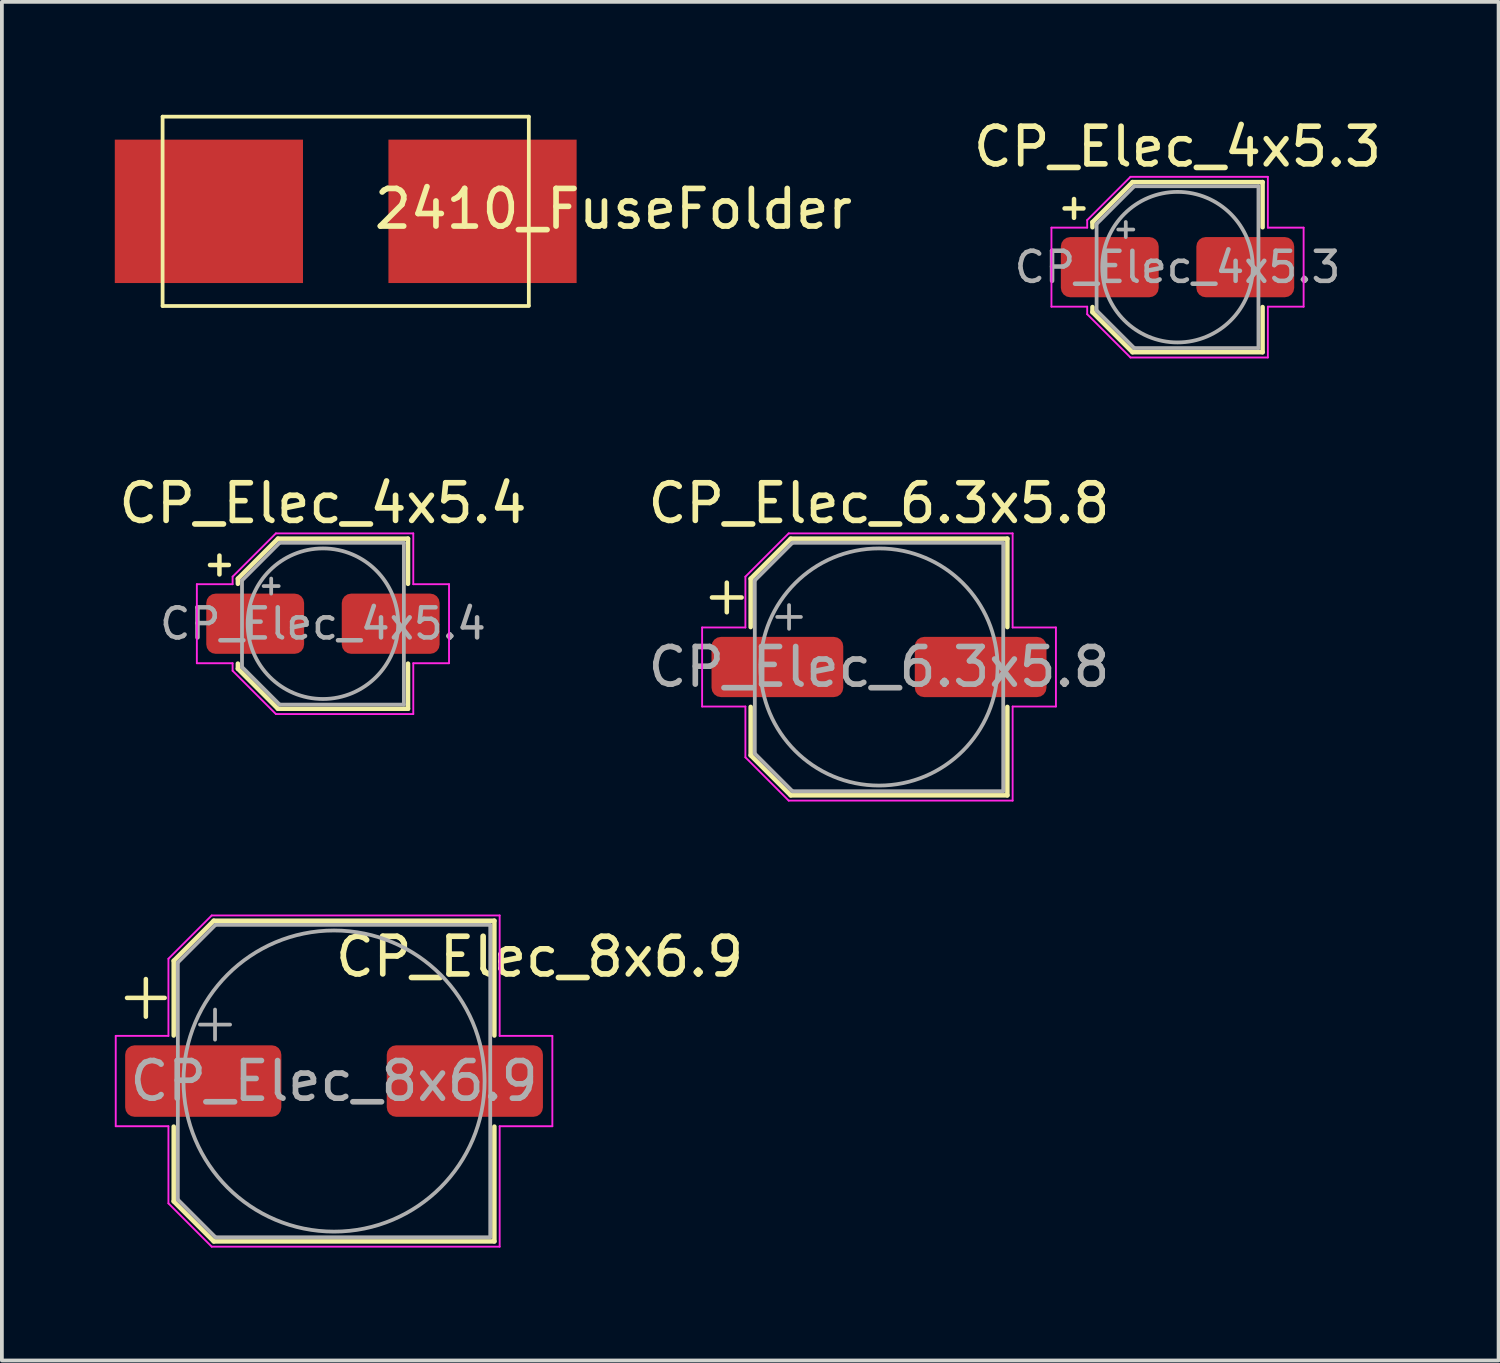
<source format=kicad_pcb>
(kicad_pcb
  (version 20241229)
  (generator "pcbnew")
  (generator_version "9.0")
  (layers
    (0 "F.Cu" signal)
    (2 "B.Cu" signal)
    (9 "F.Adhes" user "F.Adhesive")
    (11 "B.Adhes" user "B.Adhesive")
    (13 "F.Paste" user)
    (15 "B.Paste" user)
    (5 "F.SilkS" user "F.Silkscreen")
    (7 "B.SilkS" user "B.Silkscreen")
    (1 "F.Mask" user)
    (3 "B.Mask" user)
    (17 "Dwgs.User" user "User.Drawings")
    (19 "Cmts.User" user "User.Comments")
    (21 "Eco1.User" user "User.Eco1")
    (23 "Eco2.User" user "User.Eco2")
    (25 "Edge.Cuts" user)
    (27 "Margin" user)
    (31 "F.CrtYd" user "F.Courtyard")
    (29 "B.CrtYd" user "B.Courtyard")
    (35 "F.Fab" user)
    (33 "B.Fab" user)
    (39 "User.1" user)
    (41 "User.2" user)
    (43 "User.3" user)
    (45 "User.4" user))
  (footprint "2410_FuseFolder"
    (layer "F.Cu")
    (at 6.135 2.565)
    (property "Reference" "2410_FuseFolder" (at 7.112 -0.064 0) (layer "F.SilkS") (effects (font (size 1 1) (thickness 0.15))))
    (attr smd)
    (fp_line (start -4.865 -2.515) (end -4.865 2.515) (stroke (width 0.1) (type solid)) (layer "F.SilkS"))
    (fp_line (start -4.865 -2.515) (end 4.865 -2.515) (stroke (width 0.1) (type solid)) (layer "F.SilkS"))
    (fp_line (start -4.865 2.515) (end 4.865 2.515) (stroke (width 0.1) (type solid)) (layer "F.SilkS"))
    (fp_line (start 4.865 -2.515) (end 4.865 2.5) (stroke (width 0.1) (type solid)) (layer "F.SilkS"))
    (pad "1" smd rect (at -3.635 0) (size 5 3.81) (layers "F.Cu" "F.Mask" "F.Paste"))
    (pad "2" smd rect (at 3.635 0) (size 5 3.81) (layers "F.Cu" "F.Mask" "F.Paste")))
  (footprint "CP_Elec_4x5.3"
    (layer "F.Cu")
    (at 28.235 4.048)
    (property "Reference" "CP_Elec_4x5.3" (at 0 -3.2 180) (layer "F.SilkS") (effects (font (size 1 1) (thickness 0.15))))
    (attr smd)
    (fp_line (start -3 -1.56) (end -2.5 -1.56) (stroke (width 0.12) (type solid)) (layer "F.SilkS"))
    (fp_line (start -2.75 -1.81) (end -2.75 -1.31) (stroke (width 0.12) (type solid)) (layer "F.SilkS"))
    (fp_line (start -2.26 -1.196) (end -2.26 -1.06) (stroke (width 0.12) (type solid)) (layer "F.SilkS"))
    (fp_line (start -2.26 -1.196) (end -1.196 -2.26) (stroke (width 0.12) (type solid)) (layer "F.SilkS"))
    (fp_line (start -2.26 1.196) (end -2.26 1.06) (stroke (width 0.12) (type solid)) (layer "F.SilkS"))
    (fp_line (start -2.26 1.196) (end -1.196 2.26) (stroke (width 0.12) (type solid)) (layer "F.SilkS"))
    (fp_line (start -1.196 -2.26) (end 2.26 -2.26) (stroke (width 0.12) (type solid)) (layer "F.SilkS"))
    (fp_line (start -1.196 2.26) (end 2.26 2.26) (stroke (width 0.12) (type solid)) (layer "F.SilkS"))
    (fp_line (start 2.26 -2.26) (end 2.26 -1.06) (stroke (width 0.12) (type solid)) (layer "F.SilkS"))
    (fp_line (start 2.26 2.26) (end 2.26 1.06) (stroke (width 0.12) (type solid)) (layer "F.SilkS"))
    (fp_line (start -3.35 -1.05) (end -3.35 1.05) (stroke (width 0.05) (type solid)) (layer "F.CrtYd"))
    (fp_line (start -3.35 1.05) (end -2.4 1.05) (stroke (width 0.05) (type solid)) (layer "F.CrtYd"))
    (fp_line (start -2.4 -1.25) (end -2.4 -1.05) (stroke (width 0.05) (type solid)) (layer "F.CrtYd"))
    (fp_line (start -2.4 -1.25) (end -1.25 -2.4) (stroke (width 0.05) (type solid)) (layer "F.CrtYd"))
    (fp_line (start -2.4 -1.05) (end -3.35 -1.05) (stroke (width 0.05) (type solid)) (layer "F.CrtYd"))
    (fp_line (start -2.4 1.05) (end -2.4 1.25) (stroke (width 0.05) (type solid)) (layer "F.CrtYd"))
    (fp_line (start -2.4 1.25) (end -1.25 2.4) (stroke (width 0.05) (type solid)) (layer "F.CrtYd"))
    (fp_line (start -1.25 -2.4) (end 2.4 -2.4) (stroke (width 0.05) (type solid)) (layer "F.CrtYd"))
    (fp_line (start -1.25 2.4) (end 2.4 2.4) (stroke (width 0.05) (type solid)) (layer "F.CrtYd"))
    (fp_line (start 2.4 -2.4) (end 2.4 -1.05) (stroke (width 0.05) (type solid)) (layer "F.CrtYd"))
    (fp_line (start 2.4 -1.05) (end 3.35 -1.05) (stroke (width 0.05) (type solid)) (layer "F.CrtYd"))
    (fp_line (start 2.4 1.05) (end 2.4 2.4) (stroke (width 0.05) (type solid)) (layer "F.CrtYd"))
    (fp_line (start 3.35 -1.05) (end 3.35 1.05) (stroke (width 0.05) (type solid)) (layer "F.CrtYd"))
    (fp_line (start 3.35 1.05) (end 2.4 1.05) (stroke (width 0.05) (type solid)) (layer "F.CrtYd"))
    (fp_line (start -2.15 -1.15) (end -2.15 1.15) (stroke (width 0.1) (type solid)) (layer "F.Fab"))
    (fp_line (start -2.15 -1.15) (end -1.15 -2.15) (stroke (width 0.1) (type solid)) (layer "F.Fab"))
    (fp_line (start -2.15 1.15) (end -1.15 2.15) (stroke (width 0.1) (type solid)) (layer "F.Fab"))
    (fp_line (start -1.575 -1) (end -1.175 -1) (stroke (width 0.1) (type solid)) (layer "F.Fab"))
    (fp_line (start -1.375 -1.2) (end -1.375 -0.8) (stroke (width 0.1) (type solid)) (layer "F.Fab"))
    (fp_line (start -1.15 -2.15) (end 2.15 -2.15) (stroke (width 0.1) (type solid)) (layer "F.Fab"))
    (fp_line (start -1.15 2.15) (end 2.15 2.15) (stroke (width 0.1) (type solid)) (layer "F.Fab"))
    (fp_line (start 2.15 -2.15) (end 2.15 2.15) (stroke (width 0.1) (type solid)) (layer "F.Fab"))
    (fp_circle (center 0 0) (end 2 0) (stroke (width 0.1) (type solid)) (fill no) (layer "F.Fab"))
    (fp_text user "${REFERENCE}" (at 0 0 180) (layer "F.Fab") (effects (font (size 0.8 0.8) (thickness 0.12))))
    (pad "1" smd roundrect (at -1.8 0) (size 2.6 1.6) (layers "F.Cu" "F.Mask" "F.Paste") (roundrect_rratio 0.156))
    (pad "2" smd roundrect (at 1.8 0) (size 2.6 1.6) (layers "F.Cu" "F.Mask" "F.Paste") (roundrect_rratio 0.156)))
  (footprint "CP_Elec_8x6.9"
    (layer "F.Cu")
    (at 5.825 25.672)
    (property "Reference" "CP_Elec_8x6.9" (at 5.461 -3.302 180) (layer "F.SilkS") (effects (font (size 1 1) (thickness 0.15))))
    (attr smd)
    (fp_line (start -5.5 -2.21) (end -4.5 -2.21) (stroke (width 0.12) (type solid)) (layer "F.SilkS"))
    (fp_line (start -5 -2.71) (end -5 -1.71) (stroke (width 0.12) (type solid)) (layer "F.SilkS"))
    (fp_line (start -4.26 -3.196) (end -4.26 -1.21) (stroke (width 0.12) (type solid)) (layer "F.SilkS"))
    (fp_line (start -4.26 -3.196) (end -3.196 -4.26) (stroke (width 0.12) (type solid)) (layer "F.SilkS"))
    (fp_line (start -4.26 3.196) (end -4.26 1.21) (stroke (width 0.12) (type solid)) (layer "F.SilkS"))
    (fp_line (start -4.26 3.196) (end -3.196 4.26) (stroke (width 0.12) (type solid)) (layer "F.SilkS"))
    (fp_line (start -3.196 -4.26) (end 4.26 -4.26) (stroke (width 0.12) (type solid)) (layer "F.SilkS"))
    (fp_line (start -3.196 4.26) (end 4.26 4.26) (stroke (width 0.12) (type solid)) (layer "F.SilkS"))
    (fp_line (start 4.26 -4.26) (end 4.26 -1.21) (stroke (width 0.12) (type solid)) (layer "F.SilkS"))
    (fp_line (start 4.26 4.26) (end 4.26 1.21) (stroke (width 0.12) (type solid)) (layer "F.SilkS"))
    (fp_line (start -5.8 -1.2) (end -5.8 1.2) (stroke (width 0.05) (type solid)) (layer "F.CrtYd"))
    (fp_line (start -5.8 1.2) (end -4.4 1.2) (stroke (width 0.05) (type solid)) (layer "F.CrtYd"))
    (fp_line (start -4.4 -3.25) (end -4.4 -1.2) (stroke (width 0.05) (type solid)) (layer "F.CrtYd"))
    (fp_line (start -4.4 -3.25) (end -3.25 -4.4) (stroke (width 0.05) (type solid)) (layer "F.CrtYd"))
    (fp_line (start -4.4 -1.2) (end -5.8 -1.2) (stroke (width 0.05) (type solid)) (layer "F.CrtYd"))
    (fp_line (start -4.4 1.2) (end -4.4 3.25) (stroke (width 0.05) (type solid)) (layer "F.CrtYd"))
    (fp_line (start -4.4 3.25) (end -3.25 4.4) (stroke (width 0.05) (type solid)) (layer "F.CrtYd"))
    (fp_line (start -3.25 -4.4) (end 4.4 -4.4) (stroke (width 0.05) (type solid)) (layer "F.CrtYd"))
    (fp_line (start -3.25 4.4) (end 4.4 4.4) (stroke (width 0.05) (type solid)) (layer "F.CrtYd"))
    (fp_line (start 4.4 -4.4) (end 4.4 -1.2) (stroke (width 0.05) (type solid)) (layer "F.CrtYd"))
    (fp_line (start 4.4 -1.2) (end 5.8 -1.2) (stroke (width 0.05) (type solid)) (layer "F.CrtYd"))
    (fp_line (start 4.4 1.2) (end 4.4 4.4) (stroke (width 0.05) (type solid)) (layer "F.CrtYd"))
    (fp_line (start 5.8 -1.2) (end 5.8 1.2) (stroke (width 0.05) (type solid)) (layer "F.CrtYd"))
    (fp_line (start 5.8 1.2) (end 4.4 1.2) (stroke (width 0.05) (type solid)) (layer "F.CrtYd"))
    (fp_line (start -4.15 -3.15) (end -4.15 3.15) (stroke (width 0.1) (type solid)) (layer "F.Fab"))
    (fp_line (start -4.15 -3.15) (end -3.15 -4.15) (stroke (width 0.1) (type solid)) (layer "F.Fab"))
    (fp_line (start -4.15 3.15) (end -3.15 4.15) (stroke (width 0.1) (type solid)) (layer "F.Fab"))
    (fp_line (start -3.562 -1.5) (end -2.762 -1.5) (stroke (width 0.1) (type solid)) (layer "F.Fab"))
    (fp_line (start -3.162 -1.9) (end -3.162 -1.1) (stroke (width 0.1) (type solid)) (layer "F.Fab"))
    (fp_line (start -3.15 -4.15) (end 4.15 -4.15) (stroke (width 0.1) (type solid)) (layer "F.Fab"))
    (fp_line (start -3.15 4.15) (end 4.15 4.15) (stroke (width 0.1) (type solid)) (layer "F.Fab"))
    (fp_line (start 4.15 -4.15) (end 4.15 4.15) (stroke (width 0.1) (type solid)) (layer "F.Fab"))
    (fp_circle (center 0 0) (end 4 0) (stroke (width 0.1) (type solid)) (fill no) (layer "F.Fab"))
    (fp_text user "${REFERENCE}" (at 0 0 180) (layer "F.Fab") (effects (font (size 1 1) (thickness 0.15))))
    (pad "1" smd roundrect (at -3.475 0) (size 4.15 1.9) (layers "F.Cu" "F.Mask" "F.Paste") (roundrect_rratio 0.132))
    (pad "2" smd roundrect (at 3.475 0) (size 4.15 1.9) (layers "F.Cu" "F.Mask" "F.Paste") (roundrect_rratio 0.132)))
  (footprint "CP_Elec_4x5.4"
    (layer "F.Cu")
    (at 5.53 13.521)
    (property "Reference" "CP_Elec_4x5.4" (at 0 -3.2 180) (layer "F.SilkS") (effects (font (size 1 1) (thickness 0.15))))
    (attr smd)
    (fp_line (start -3 -1.56) (end -2.5 -1.56) (stroke (width 0.12) (type solid)) (layer "F.SilkS"))
    (fp_line (start -2.75 -1.81) (end -2.75 -1.31) (stroke (width 0.12) (type solid)) (layer "F.SilkS"))
    (fp_line (start -2.26 -1.196) (end -2.26 -1.06) (stroke (width 0.12) (type solid)) (layer "F.SilkS"))
    (fp_line (start -2.26 -1.196) (end -1.196 -2.26) (stroke (width 0.12) (type solid)) (layer "F.SilkS"))
    (fp_line (start -2.26 1.196) (end -2.26 1.06) (stroke (width 0.12) (type solid)) (layer "F.SilkS"))
    (fp_line (start -2.26 1.196) (end -1.196 2.26) (stroke (width 0.12) (type solid)) (layer "F.SilkS"))
    (fp_line (start -1.196 -2.26) (end 2.26 -2.26) (stroke (width 0.12) (type solid)) (layer "F.SilkS"))
    (fp_line (start -1.196 2.26) (end 2.26 2.26) (stroke (width 0.12) (type solid)) (layer "F.SilkS"))
    (fp_line (start 2.26 -2.26) (end 2.26 -1.06) (stroke (width 0.12) (type solid)) (layer "F.SilkS"))
    (fp_line (start 2.26 2.26) (end 2.26 1.06) (stroke (width 0.12) (type solid)) (layer "F.SilkS"))
    (fp_line (start -3.35 -1.05) (end -3.35 1.05) (stroke (width 0.05) (type solid)) (layer "F.CrtYd"))
    (fp_line (start -3.35 1.05) (end -2.4 1.05) (stroke (width 0.05) (type solid)) (layer "F.CrtYd"))
    (fp_line (start -2.4 -1.25) (end -2.4 -1.05) (stroke (width 0.05) (type solid)) (layer "F.CrtYd"))
    (fp_line (start -2.4 -1.25) (end -1.25 -2.4) (stroke (width 0.05) (type solid)) (layer "F.CrtYd"))
    (fp_line (start -2.4 -1.05) (end -3.35 -1.05) (stroke (width 0.05) (type solid)) (layer "F.CrtYd"))
    (fp_line (start -2.4 1.05) (end -2.4 1.25) (stroke (width 0.05) (type solid)) (layer "F.CrtYd"))
    (fp_line (start -2.4 1.25) (end -1.25 2.4) (stroke (width 0.05) (type solid)) (layer "F.CrtYd"))
    (fp_line (start -1.25 -2.4) (end 2.4 -2.4) (stroke (width 0.05) (type solid)) (layer "F.CrtYd"))
    (fp_line (start -1.25 2.4) (end 2.4 2.4) (stroke (width 0.05) (type solid)) (layer "F.CrtYd"))
    (fp_line (start 2.4 -2.4) (end 2.4 -1.05) (stroke (width 0.05) (type solid)) (layer "F.CrtYd"))
    (fp_line (start 2.4 -1.05) (end 3.35 -1.05) (stroke (width 0.05) (type solid)) (layer "F.CrtYd"))
    (fp_line (start 2.4 1.05) (end 2.4 2.4) (stroke (width 0.05) (type solid)) (layer "F.CrtYd"))
    (fp_line (start 3.35 -1.05) (end 3.35 1.05) (stroke (width 0.05) (type solid)) (layer "F.CrtYd"))
    (fp_line (start 3.35 1.05) (end 2.4 1.05) (stroke (width 0.05) (type solid)) (layer "F.CrtYd"))
    (fp_line (start -2.15 -1.15) (end -2.15 1.15) (stroke (width 0.1) (type solid)) (layer "F.Fab"))
    (fp_line (start -2.15 -1.15) (end -1.15 -2.15) (stroke (width 0.1) (type solid)) (layer "F.Fab"))
    (fp_line (start -2.15 1.15) (end -1.15 2.15) (stroke (width 0.1) (type solid)) (layer "F.Fab"))
    (fp_line (start -1.575 -1) (end -1.175 -1) (stroke (width 0.1) (type solid)) (layer "F.Fab"))
    (fp_line (start -1.375 -1.2) (end -1.375 -0.8) (stroke (width 0.1) (type solid)) (layer "F.Fab"))
    (fp_line (start -1.15 -2.15) (end 2.15 -2.15) (stroke (width 0.1) (type solid)) (layer "F.Fab"))
    (fp_line (start -1.15 2.15) (end 2.15 2.15) (stroke (width 0.1) (type solid)) (layer "F.Fab"))
    (fp_line (start 2.15 -2.15) (end 2.15 2.15) (stroke (width 0.1) (type solid)) (layer "F.Fab"))
    (fp_circle (center 0 0) (end 2 0) (stroke (width 0.1) (type solid)) (fill no) (layer "F.Fab"))
    (fp_text user "${REFERENCE}" (at 0 0 180) (layer "F.Fab") (effects (font (size 0.8 0.8) (thickness 0.12))))
    (pad "1" smd roundrect (at -1.8 0) (size 2.6 1.6) (layers "F.Cu" "F.Mask" "F.Paste") (roundrect_rratio 0.156))
    (pad "2" smd roundrect (at 1.8 0) (size 2.6 1.6) (layers "F.Cu" "F.Mask" "F.Paste") (roundrect_rratio 0.156)))
  (footprint "CP_Elec_6.3x5.8"
    (layer "F.Cu")
    (at 20.304 14.671)
    (property "Reference" "CP_Elec_6.3x5.8" (at 0 -4.35 180) (layer "F.SilkS") (effects (font (size 1 1) (thickness 0.15))))
    (attr smd)
    (fp_line (start -4.438 -1.847) (end -3.65 -1.847) (stroke (width 0.12) (type solid)) (layer "F.SilkS"))
    (fp_line (start -4.044 -2.241) (end -4.044 -1.454) (stroke (width 0.12) (type solid)) (layer "F.SilkS"))
    (fp_line (start -3.41 -2.346) (end -3.41 -1.06) (stroke (width 0.12) (type solid)) (layer "F.SilkS"))
    (fp_line (start -3.41 -2.346) (end -2.346 -3.41) (stroke (width 0.12) (type solid)) (layer "F.SilkS"))
    (fp_line (start -3.41 2.346) (end -3.41 1.06) (stroke (width 0.12) (type solid)) (layer "F.SilkS"))
    (fp_line (start -3.41 2.346) (end -2.346 3.41) (stroke (width 0.12) (type solid)) (layer "F.SilkS"))
    (fp_line (start -2.346 -3.41) (end 3.41 -3.41) (stroke (width 0.12) (type solid)) (layer "F.SilkS"))
    (fp_line (start -2.346 3.41) (end 3.41 3.41) (stroke (width 0.12) (type solid)) (layer "F.SilkS"))
    (fp_line (start 3.41 -3.41) (end 3.41 -1.06) (stroke (width 0.12) (type solid)) (layer "F.SilkS"))
    (fp_line (start 3.41 3.41) (end 3.41 1.06) (stroke (width 0.12) (type solid)) (layer "F.SilkS"))
    (fp_line (start -4.7 -1.05) (end -4.7 1.05) (stroke (width 0.05) (type solid)) (layer "F.CrtYd"))
    (fp_line (start -4.7 1.05) (end -3.55 1.05) (stroke (width 0.05) (type solid)) (layer "F.CrtYd"))
    (fp_line (start -3.55 -2.4) (end -3.55 -1.05) (stroke (width 0.05) (type solid)) (layer "F.CrtYd"))
    (fp_line (start -3.55 -2.4) (end -2.4 -3.55) (stroke (width 0.05) (type solid)) (layer "F.CrtYd"))
    (fp_line (start -3.55 -1.05) (end -4.7 -1.05) (stroke (width 0.05) (type solid)) (layer "F.CrtYd"))
    (fp_line (start -3.55 1.05) (end -3.55 2.4) (stroke (width 0.05) (type solid)) (layer "F.CrtYd"))
    (fp_line (start -3.55 2.4) (end -2.4 3.55) (stroke (width 0.05) (type solid)) (layer "F.CrtYd"))
    (fp_line (start -2.4 -3.55) (end 3.55 -3.55) (stroke (width 0.05) (type solid)) (layer "F.CrtYd"))
    (fp_line (start -2.4 3.55) (end 3.55 3.55) (stroke (width 0.05) (type solid)) (layer "F.CrtYd"))
    (fp_line (start 3.55 -3.55) (end 3.55 -1.05) (stroke (width 0.05) (type solid)) (layer "F.CrtYd"))
    (fp_line (start 3.55 -1.05) (end 4.7 -1.05) (stroke (width 0.05) (type solid)) (layer "F.CrtYd"))
    (fp_line (start 3.55 1.05) (end 3.55 3.55) (stroke (width 0.05) (type solid)) (layer "F.CrtYd"))
    (fp_line (start 4.7 -1.05) (end 4.7 1.05) (stroke (width 0.05) (type solid)) (layer "F.CrtYd"))
    (fp_line (start 4.7 1.05) (end 3.55 1.05) (stroke (width 0.05) (type solid)) (layer "F.CrtYd"))
    (fp_line (start -3.3 -2.3) (end -3.3 2.3) (stroke (width 0.1) (type solid)) (layer "F.Fab"))
    (fp_line (start -3.3 -2.3) (end -2.3 -3.3) (stroke (width 0.1) (type solid)) (layer "F.Fab"))
    (fp_line (start -3.3 2.3) (end -2.3 3.3) (stroke (width 0.1) (type solid)) (layer "F.Fab"))
    (fp_line (start -2.705 -1.33) (end -2.075 -1.33) (stroke (width 0.1) (type solid)) (layer "F.Fab"))
    (fp_line (start -2.39 -1.645) (end -2.39 -1.015) (stroke (width 0.1) (type solid)) (layer "F.Fab"))
    (fp_line (start -2.3 -3.3) (end 3.3 -3.3) (stroke (width 0.1) (type solid)) (layer "F.Fab"))
    (fp_line (start -2.3 3.3) (end 3.3 3.3) (stroke (width 0.1) (type solid)) (layer "F.Fab"))
    (fp_line (start 3.3 -3.3) (end 3.3 3.3) (stroke (width 0.1) (type solid)) (layer "F.Fab"))
    (fp_circle (center 0 0) (end 3.15 0) (stroke (width 0.1) (type solid)) (fill no) (layer "F.Fab"))
    (fp_text user "${REFERENCE}" (at 0 0 180) (layer "F.Fab") (effects (font (size 1 1) (thickness 0.15))))
    (pad "1" smd roundrect (at -2.7 0) (size 3.5 1.6) (layers "F.Cu" "F.Mask" "F.Paste") (roundrect_rratio 0.156))
    (pad "2" smd roundrect (at 2.7 0) (size 3.5 1.6) (layers "F.Cu" "F.Mask" "F.Paste") (roundrect_rratio 0.156)))
  (gr_rect
    (start -3 -3)
    (end 36.765 33.096)
    (stroke (width 0.1) (type default))
    (fill no)
    (layer "Edge.Cuts")))
</source>
